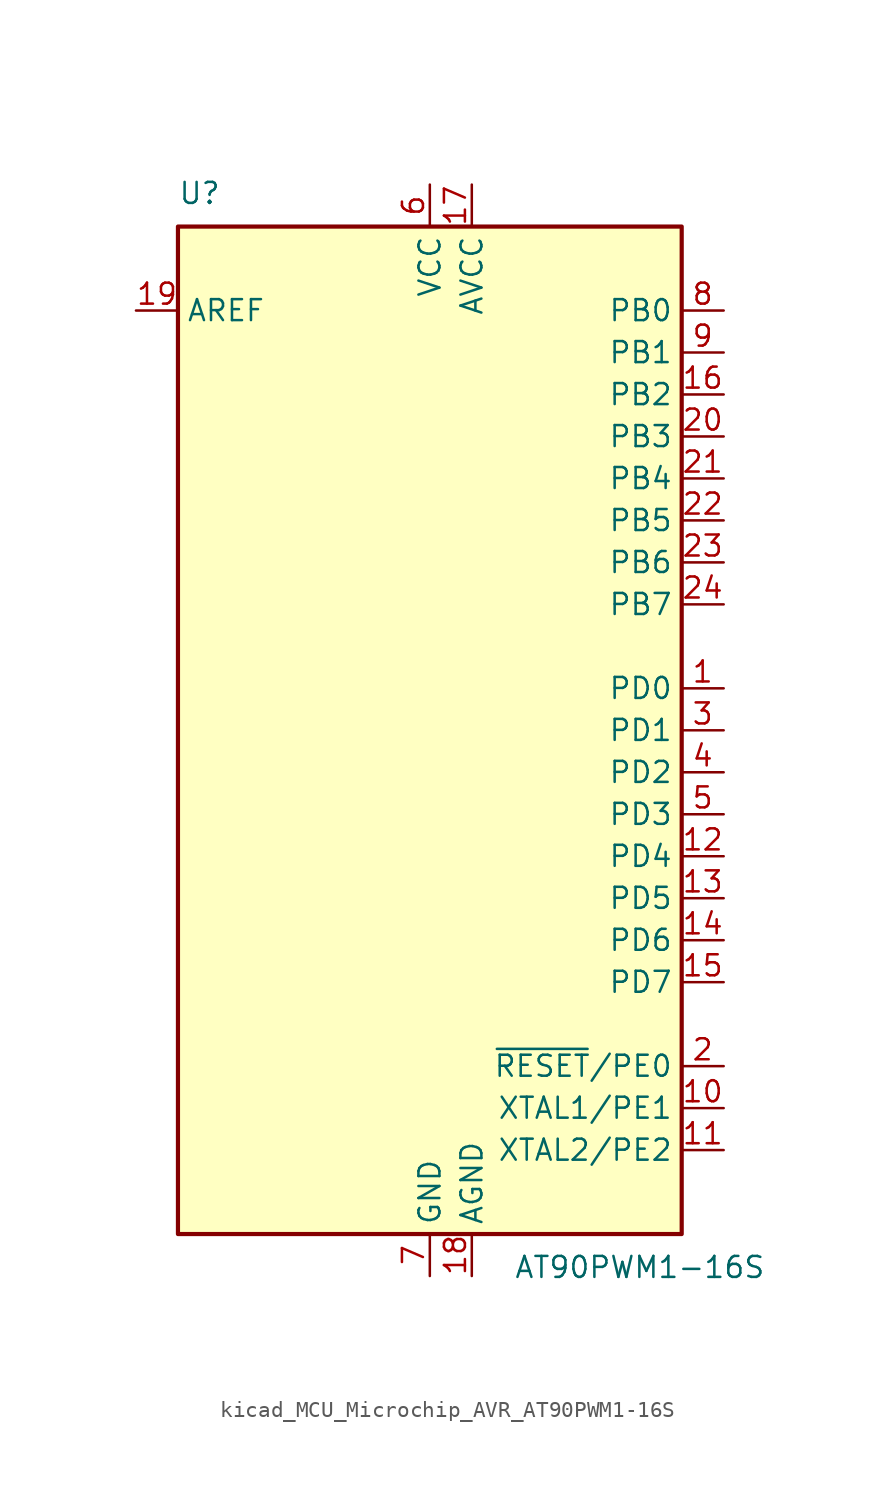
<source format=kicad_sym>
(kicad_symbol_lib
  (version 20220914)
  (generator kicad_symbol_editor)
  (symbol "kicad_MCU_Microchip_AVR_AT90PWM1-16S"
    (property "Reference" "U"
      (at -15.24 31.75 0)
      (effects (font (size 1.27 1.27)) (justify left bottom)))
    (property "Value" "AT90PWM1-16S"
      (at 5.08 -31.75 0)
      (effects (font (size 1.27 1.27)) (justify left top)))
    (symbol "kicad_MCU_Microchip_AVR_AT90PWM1-16S_0_1"
      (rectangle (start -15.24 -30.48) (end 15.24 30.48) (stroke (width 0.254) (type default)) (fill (type background))))
    (symbol "kicad_MCU_Microchip_AVR_AT90PWM1-16S_1_1"
      (pin bidirectional line (at 17.78 2.54 180) (length 2.54) (name "PD0" (effects (font (size 1.27 1.27)))) (number "1" (effects (font (size 1.27 1.27)))))
      (pin bidirectional line (at 17.78 -22.86 180) (length 2.54) (name "XTAL1/PE1" (effects (font (size 1.27 1.27)))) (number "10" (effects (font (size 1.27 1.27)))))
      (pin bidirectional line (at 17.78 -25.4 180) (length 2.54) (name "XTAL2/PE2" (effects (font (size 1.27 1.27)))) (number "11" (effects (font (size 1.27 1.27)))))
      (pin bidirectional line (at 17.78 -7.62 180) (length 2.54) (name "PD4" (effects (font (size 1.27 1.27)))) (number "12" (effects (font (size 1.27 1.27)))))
      (pin bidirectional line (at 17.78 -10.16 180) (length 2.54) (name "PD5" (effects (font (size 1.27 1.27)))) (number "13" (effects (font (size 1.27 1.27)))))
      (pin bidirectional line (at 17.78 -12.7 180) (length 2.54) (name "PD6" (effects (font (size 1.27 1.27)))) (number "14" (effects (font (size 1.27 1.27)))))
      (pin bidirectional line (at 17.78 -15.24 180) (length 2.54) (name "PD7" (effects (font (size 1.27 1.27)))) (number "15" (effects (font (size 1.27 1.27)))))
      (pin bidirectional line (at 17.78 20.32 180) (length 2.54) (name "PB2" (effects (font (size 1.27 1.27)))) (number "16" (effects (font (size 1.27 1.27)))))
      (pin power_in line (at 2.54 33.02 270) (length 2.54) (name "AVCC" (effects (font (size 1.27 1.27)))) (number "17" (effects (font (size 1.27 1.27)))))
      (pin power_in line (at 2.54 -33.02 90) (length 2.54) (name "AGND" (effects (font (size 1.27 1.27)))) (number "18" (effects (font (size 1.27 1.27)))))
      (pin passive line (at -17.78 25.4 0) (length 2.54) (name "AREF" (effects (font (size 1.27 1.27)))) (number "19" (effects (font (size 1.27 1.27)))))
      (pin bidirectional line (at 17.78 -20.32 180) (length 2.54) (name "~{RESET}/PE0" (effects (font (size 1.27 1.27)))) (number "2" (effects (font (size 1.27 1.27)))))
      (pin bidirectional line (at 17.78 17.78 180) (length 2.54) (name "PB3" (effects (font (size 1.27 1.27)))) (number "20" (effects (font (size 1.27 1.27)))))
      (pin bidirectional line (at 17.78 15.24 180) (length 2.54) (name "PB4" (effects (font (size 1.27 1.27)))) (number "21" (effects (font (size 1.27 1.27)))))
      (pin bidirectional line (at 17.78 12.7 180) (length 2.54) (name "PB5" (effects (font (size 1.27 1.27)))) (number "22" (effects (font (size 1.27 1.27)))))
      (pin bidirectional line (at 17.78 10.16 180) (length 2.54) (name "PB6" (effects (font (size 1.27 1.27)))) (number "23" (effects (font (size 1.27 1.27)))))
      (pin bidirectional line (at 17.78 7.62 180) (length 2.54) (name "PB7" (effects (font (size 1.27 1.27)))) (number "24" (effects (font (size 1.27 1.27)))))
      (pin bidirectional line (at 17.78 0 180) (length 2.54) (name "PD1" (effects (font (size 1.27 1.27)))) (number "3" (effects (font (size 1.27 1.27)))))
      (pin bidirectional line (at 17.78 -2.54 180) (length 2.54) (name "PD2" (effects (font (size 1.27 1.27)))) (number "4" (effects (font (size 1.27 1.27)))))
      (pin bidirectional line (at 17.78 -5.08 180) (length 2.54) (name "PD3" (effects (font (size 1.27 1.27)))) (number "5" (effects (font (size 1.27 1.27)))))
      (pin power_in line (at 0 33.02 270) (length 2.54) (name "VCC" (effects (font (size 1.27 1.27)))) (number "6" (effects (font (size 1.27 1.27)))))
      (pin power_in line (at 0 -33.02 90) (length 2.54) (name "GND" (effects (font (size 1.27 1.27)))) (number "7" (effects (font (size 1.27 1.27)))))
      (pin bidirectional line (at 17.78 25.4 180) (length 2.54) (name "PB0" (effects (font (size 1.27 1.27)))) (number "8" (effects (font (size 1.27 1.27)))))
      (pin bidirectional line (at 17.78 22.86 180) (length 2.54) (name "PB1" (effects (font (size 1.27 1.27)))) (number "9" (effects (font (size 1.27 1.27))))))))
</source>
